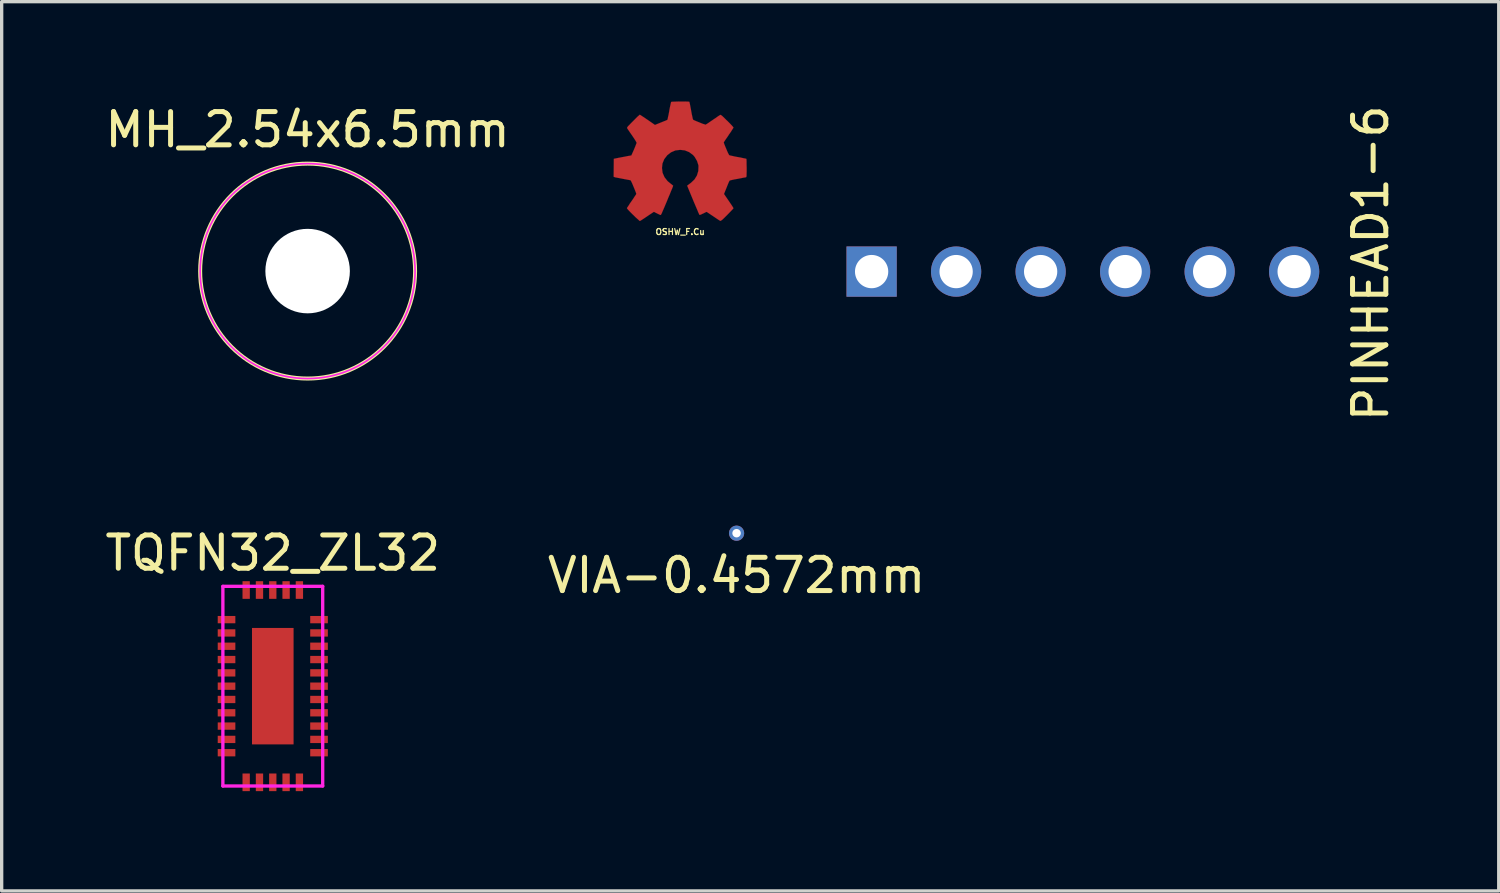
<source format=kicad_pcb>
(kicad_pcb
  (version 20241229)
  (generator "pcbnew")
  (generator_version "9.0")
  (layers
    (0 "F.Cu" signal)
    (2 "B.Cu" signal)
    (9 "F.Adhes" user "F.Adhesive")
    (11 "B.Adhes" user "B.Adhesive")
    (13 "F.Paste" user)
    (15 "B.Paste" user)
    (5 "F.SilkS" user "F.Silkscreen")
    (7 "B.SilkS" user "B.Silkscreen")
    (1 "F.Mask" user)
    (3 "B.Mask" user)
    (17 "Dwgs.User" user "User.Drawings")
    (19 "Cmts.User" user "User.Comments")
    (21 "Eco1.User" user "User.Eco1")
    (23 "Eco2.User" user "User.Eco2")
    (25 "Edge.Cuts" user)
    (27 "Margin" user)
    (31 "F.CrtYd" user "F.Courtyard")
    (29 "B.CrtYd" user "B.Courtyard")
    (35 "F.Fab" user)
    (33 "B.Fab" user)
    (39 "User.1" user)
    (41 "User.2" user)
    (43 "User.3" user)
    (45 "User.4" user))
  (footprint "OSHW_F.Cu"
    (layer "F.Cu")
    (at 17.393 1.797)
    (property "Reference" "OSHW_F.Cu" (at 0 2.121 0) (layer "F.SilkS") (effects (font (size 0.18 0.18) (thickness 0.036))))
    (attr through_hole)
    (fp_poly (pts (xy -1.212 1.796) (xy -1.191 1.786) (xy -1.143 1.755) (xy -1.077 1.712) (xy -0.998 1.659) (xy -0.919 1.605) (xy -0.853 1.562) (xy -0.808 1.532) (xy -0.79 1.521) (xy -0.78 1.524) (xy -0.742 1.544) (xy -0.686 1.572) (xy -0.655 1.587) (xy -0.605 1.61) (xy -0.579 1.615) (xy -0.577 1.608) (xy -0.556 1.57) (xy -0.528 1.504) (xy -0.49 1.417) (xy -0.447 1.316) (xy -0.401 1.206) (xy -0.356 1.095) (xy -0.31 0.988) (xy -0.272 0.892) (xy -0.239 0.815) (xy -0.218 0.759) (xy -0.211 0.737) (xy -0.213 0.732) (xy -0.239 0.709) (xy -0.282 0.676) (xy -0.378 0.597) (xy -0.47 0.48) (xy -0.528 0.348) (xy -0.546 0.201) (xy -0.531 0.066) (xy -0.478 -0.064) (xy -0.386 -0.183) (xy -0.274 -0.269) (xy -0.145 -0.325) (xy 0 -0.343) (xy 0.14 -0.328) (xy 0.272 -0.274) (xy 0.391 -0.185) (xy 0.439 -0.127) (xy 0.508 -0.008) (xy 0.549 0.119) (xy 0.551 0.15) (xy 0.546 0.292) (xy 0.505 0.427) (xy 0.432 0.546) (xy 0.328 0.645) (xy 0.315 0.655) (xy 0.267 0.691) (xy 0.236 0.714) (xy 0.211 0.734) (xy 0.389 1.166) (xy 0.417 1.234) (xy 0.467 1.351) (xy 0.511 1.453) (xy 0.544 1.534) (xy 0.569 1.587) (xy 0.579 1.61) (xy 0.594 1.613) (xy 0.627 1.6) (xy 0.688 1.572) (xy 0.729 1.552) (xy 0.775 1.529) (xy 0.795 1.521) (xy 0.813 1.532) (xy 0.856 1.56) (xy 0.919 1.603) (xy 0.996 1.654) (xy 1.069 1.704) (xy 1.138 1.75) (xy 1.186 1.781) (xy 1.212 1.793) (xy 1.214 1.793) (xy 1.234 1.781) (xy 1.275 1.75) (xy 1.333 1.694) (xy 1.415 1.613) (xy 1.427 1.6) (xy 1.496 1.529) (xy 1.552 1.471) (xy 1.59 1.43) (xy 1.603 1.412) (xy 1.59 1.387) (xy 1.56 1.339) (xy 1.514 1.27) (xy 1.46 1.191) (xy 1.318 0.983) (xy 1.397 0.787) (xy 1.42 0.729) (xy 1.45 0.655) (xy 1.473 0.605) (xy 1.486 0.582) (xy 1.506 0.574) (xy 1.56 0.561) (xy 1.638 0.544) (xy 1.73 0.528) (xy 1.819 0.511) (xy 1.897 0.495) (xy 1.956 0.485) (xy 1.981 0.48) (xy 1.986 0.475) (xy 1.991 0.462) (xy 1.996 0.437) (xy 1.996 0.389) (xy 1.999 0.312) (xy 1.999 0.201) (xy 1.999 0.191) (xy 1.996 0.084) (xy 1.996 0) (xy 1.994 -0.053) (xy 1.989 -0.074) (xy 1.963 -0.081) (xy 1.908 -0.091) (xy 1.829 -0.109) (xy 1.732 -0.127) (xy 1.727 -0.127) (xy 1.633 -0.145) (xy 1.554 -0.163) (xy 1.499 -0.175) (xy 1.476 -0.183) (xy 1.471 -0.188) (xy 1.45 -0.226) (xy 1.422 -0.284) (xy 1.392 -0.356) (xy 1.361 -0.429) (xy 1.333 -0.498) (xy 1.316 -0.546) (xy 1.311 -0.569) (xy 1.326 -0.592) (xy 1.359 -0.643) (xy 1.405 -0.709) (xy 1.46 -0.79) (xy 1.463 -0.798) (xy 1.519 -0.876) (xy 1.562 -0.945) (xy 1.593 -0.993) (xy 1.603 -1.013) (xy 1.603 -1.016) (xy 1.585 -1.039) (xy 1.544 -1.085) (xy 1.486 -1.146) (xy 1.415 -1.217) (xy 1.392 -1.237) (xy 1.316 -1.313) (xy 1.262 -1.364) (xy 1.227 -1.389) (xy 1.212 -1.397) (xy 1.212 -1.394) (xy 1.186 -1.382) (xy 1.135 -1.349) (xy 1.067 -1.3) (xy 0.986 -1.247) (xy 0.98 -1.242) (xy 0.902 -1.189) (xy 0.836 -1.143) (xy 0.787 -1.113) (xy 0.767 -1.1) (xy 0.762 -1.1) (xy 0.732 -1.11) (xy 0.673 -1.128) (xy 0.605 -1.156) (xy 0.531 -1.186) (xy 0.462 -1.214) (xy 0.411 -1.237) (xy 0.389 -1.25) (xy 0.389 -1.252) (xy 0.378 -1.28) (xy 0.366 -1.341) (xy 0.348 -1.422) (xy 0.33 -1.521) (xy 0.328 -1.537) (xy 0.31 -1.631) (xy 0.295 -1.709) (xy 0.282 -1.765) (xy 0.277 -1.788) (xy 0.264 -1.791) (xy 0.216 -1.793) (xy 0.145 -1.796) (xy 0.058 -1.796) (xy -0.03 -1.796) (xy -0.117 -1.793) (xy -0.193 -1.791) (xy -0.246 -1.788) (xy -0.269 -1.783) (xy -0.272 -1.781) (xy -0.279 -1.753) (xy -0.292 -1.692) (xy -0.31 -1.61) (xy -0.328 -1.511) (xy -0.33 -1.494) (xy -0.348 -1.4) (xy -0.366 -1.321) (xy -0.376 -1.267) (xy -0.384 -1.247) (xy -0.391 -1.242) (xy -0.429 -1.224) (xy -0.493 -1.199) (xy -0.574 -1.166) (xy -0.757 -1.092) (xy -0.98 -1.247) (xy -1.001 -1.26) (xy -1.082 -1.316) (xy -1.148 -1.359) (xy -1.194 -1.389) (xy -1.214 -1.4) (xy -1.237 -1.379) (xy -1.283 -1.339) (xy -1.344 -1.278) (xy -1.412 -1.209) (xy -1.466 -1.156) (xy -1.527 -1.092) (xy -1.567 -1.052) (xy -1.587 -1.024) (xy -1.595 -1.006) (xy -1.593 -0.996) (xy -1.58 -0.973) (xy -1.547 -0.925) (xy -1.501 -0.856) (xy -1.445 -0.777) (xy -1.4 -0.709) (xy -1.351 -0.635) (xy -1.321 -0.582) (xy -1.308 -0.554) (xy -1.311 -0.544) (xy -1.328 -0.5) (xy -1.354 -0.432) (xy -1.387 -0.353) (xy -1.466 -0.175) (xy -1.582 -0.155) (xy -1.654 -0.14) (xy -1.753 -0.122) (xy -1.847 -0.104) (xy -1.994 -0.074) (xy -1.999 0.465) (xy -1.976 0.475) (xy -1.953 0.483) (xy -1.9 0.493) (xy -1.821 0.508) (xy -1.73 0.526) (xy -1.651 0.541) (xy -1.572 0.556) (xy -1.516 0.566) (xy -1.491 0.572) (xy -1.483 0.582) (xy -1.463 0.62) (xy -1.435 0.681) (xy -1.405 0.754) (xy -1.374 0.828) (xy -1.346 0.899) (xy -1.326 0.953) (xy -1.318 0.98) (xy -1.328 1.001) (xy -1.359 1.046) (xy -1.402 1.113) (xy -1.455 1.191) (xy -1.511 1.27) (xy -1.554 1.339) (xy -1.587 1.387) (xy -1.6 1.407) (xy -1.593 1.422) (xy -1.562 1.46) (xy -1.504 1.521) (xy -1.415 1.61) (xy -1.4 1.623) (xy -1.331 1.692) (xy -1.27 1.745) (xy -1.229 1.783) (xy -1.212 1.796)) (stroke (width 0.003) (type solid)) (fill yes) (layer "F.Cu")))
  (footprint "VIA-0.4572mm"
    (layer "F.Cu")
    (at 19.089 12.976)
    (property "Reference" "VIA-0.4572mm" (at 0 1.27 0) (layer "F.SilkS") (effects (font (size 1 1) (thickness 0.15))))
    (attr through_hole)
    (pad "" thru_hole circle (at 0 0) (size 0.457 0.457) (drill 0.254) (layers "*.Cu")))
  (footprint "MH_2.54x6.5mm"
    (layer "F.Cu")
    (at 6.196 5.098)
    (property "Reference" "MH_2.54x6.5mm" (at 0 -4.25 0) (layer "F.SilkS") (effects (font (size 1 1) (thickness 0.15))))
    (attr through_hole)
    (fp_circle (center 0 0) (end 0 3.23) (stroke (width 0.12) (type solid)) (fill no) (layer "F.SilkS"))
    (fp_circle (center 0 0) (end 3.23 0) (stroke (width 0.05) (type solid)) (fill no) (layer "F.CrtYd"))
    (pad "" np_thru_hole circle (at 0 0) (size 2.54 2.54) (drill 2.54) (layers "*.Cu" "*.Mask")))
  (footprint "PINHEAD1-6"
    (layer "F.Cu")
    (at 23.148 5.113)
    (property "Reference" "PINHEAD1-6" (at 15 -0.25 90) (layer "F.SilkS") (effects (font (size 1 1) (thickness 0.15))))
    (attr through_hole)
    (pad "1" thru_hole rect (at 0 0) (size 1.51 1.51) (drill 1) (layers "*.Cu" "*.Mask"))
    (pad "2" thru_hole circle (at 2.54 0) (size 1.51 1.51) (drill 1) (layers "*.Cu" "*.Mask"))
    (pad "3" thru_hole circle (at 5.08 0) (size 1.51 1.51) (drill 1) (layers "*.Cu" "*.Mask"))
    (pad "4" thru_hole circle (at 7.62 0) (size 1.51 1.51) (drill 1) (layers "*.Cu" "*.Mask"))
    (pad "5" thru_hole circle (at 10.16 0) (size 1.51 1.51) (drill 1) (layers "*.Cu" "*.Mask"))
    (pad "6" thru_hole circle (at 12.7 0) (size 1.51 1.51) (drill 1) (layers "*.Cu" "*.Mask")))
  (footprint "TQFN32_ZL32"
    (layer "F.Cu")
    (at 5.149 17.574)
    (property "Reference" "TQFN32_ZL32" (at 0 -4 0) (layer "F.SilkS") (effects (font (size 1 1) (thickness 0.15))))
    (attr through_hole)
    (fp_line (start -1.5 -3) (end 1.5 -3) (stroke (width 0.1) (type solid)) (layer "F.CrtYd"))
    (fp_line (start -1.5 3) (end -1.5 -3) (stroke (width 0.1) (type solid)) (layer "F.CrtYd"))
    (fp_line (start 1.5 -3) (end 1.5 3) (stroke (width 0.1) (type solid)) (layer "F.CrtYd"))
    (fp_line (start 1.5 3) (end -1.5 3) (stroke (width 0.1) (type solid)) (layer "F.CrtYd"))
    (pad "1" smd rect (at -1.39 -2 90) (size 0.22 0.53) (layers "F.Cu" "F.Mask" "F.Paste"))
    (pad "2" smd rect (at -1.39 -1.6 90) (size 0.22 0.53) (layers "F.Cu" "F.Mask" "F.Paste"))
    (pad "3" smd rect (at -1.39 -1.2 90) (size 0.22 0.53) (layers "F.Cu" "F.Mask" "F.Paste"))
    (pad "4" smd rect (at -1.39 -0.8 90) (size 0.22 0.53) (layers "F.Cu" "F.Mask" "F.Paste"))
    (pad "5" smd rect (at -1.39 -0.4 90) (size 0.22 0.53) (layers "F.Cu" "F.Mask" "F.Paste"))
    (pad "6" smd rect (at -1.39 0 90) (size 0.22 0.53) (layers "F.Cu" "F.Mask" "F.Paste"))
    (pad "7" smd rect (at -1.39 0.4 90) (size 0.22 0.53) (layers "F.Cu" "F.Mask" "F.Paste"))
    (pad "8" smd rect (at -1.39 0.8 90) (size 0.22 0.53) (layers "F.Cu" "F.Mask" "F.Paste"))
    (pad "9" smd rect (at -1.39 1.2 90) (size 0.22 0.53) (layers "F.Cu" "F.Mask" "F.Paste"))
    (pad "10" smd rect (at -1.39 1.6 90) (size 0.22 0.53) (layers "F.Cu" "F.Mask" "F.Paste"))
    (pad "11" smd rect (at -1.39 2 90) (size 0.22 0.53) (layers "F.Cu" "F.Mask" "F.Paste"))
    (pad "12" smd rect (at -0.8 2.89) (size 0.22 0.53) (layers "F.Cu" "F.Mask" "F.Paste"))
    (pad "13" smd rect (at -0.4 2.89) (size 0.22 0.53) (layers "F.Cu" "F.Mask" "F.Paste"))
    (pad "14" smd rect (at 0 2.89) (size 0.22 0.53) (layers "F.Cu" "F.Mask" "F.Paste"))
    (pad "15" smd rect (at 0.4 2.89) (size 0.22 0.53) (layers "F.Cu" "F.Mask" "F.Paste"))
    (pad "16" smd rect (at 0.8 2.89) (size 0.22 0.53) (layers "F.Cu" "F.Mask" "F.Paste"))
    (pad "17" smd rect (at 1.39 2 90) (size 0.22 0.53) (layers "F.Cu" "F.Mask" "F.Paste"))
    (pad "18" smd rect (at 1.39 1.6 90) (size 0.22 0.53) (layers "F.Cu" "F.Mask" "F.Paste"))
    (pad "19" smd rect (at 1.39 1.2 90) (size 0.22 0.53) (layers "F.Cu" "F.Mask" "F.Paste"))
    (pad "20" smd rect (at 1.39 0.8 90) (size 0.22 0.53) (layers "F.Cu" "F.Mask" "F.Paste"))
    (pad "21" smd rect (at 1.39 0.4 90) (size 0.22 0.53) (layers "F.Cu" "F.Mask" "F.Paste"))
    (pad "22" smd rect (at 1.39 0 90) (size 0.22 0.53) (layers "F.Cu" "F.Mask" "F.Paste"))
    (pad "23" smd rect (at 1.39 -0.4 90) (size 0.22 0.53) (layers "F.Cu" "F.Mask" "F.Paste"))
    (pad "24" smd rect (at 1.39 -0.8 90) (size 0.22 0.53) (layers "F.Cu" "F.Mask" "F.Paste"))
    (pad "25" smd rect (at 1.39 -1.2 90) (size 0.22 0.53) (layers "F.Cu" "F.Mask" "F.Paste"))
    (pad "26" smd rect (at 1.39 -1.6 90) (size 0.22 0.53) (layers "F.Cu" "F.Mask" "F.Paste"))
    (pad "27" smd rect (at 1.39 -2 90) (size 0.22 0.53) (layers "F.Cu" "F.Mask" "F.Paste"))
    (pad "28" smd rect (at 0.8 -2.89) (size 0.22 0.53) (layers "F.Cu" "F.Mask" "F.Paste"))
    (pad "29" smd rect (at 0.4 -2.89) (size 0.22 0.53) (layers "F.Cu" "F.Mask" "F.Paste"))
    (pad "30" smd rect (at 0 -2.89) (size 0.22 0.53) (layers "F.Cu" "F.Mask" "F.Paste"))
    (pad "31" smd rect (at -0.4 -2.89) (size 0.22 0.53) (layers "F.Cu" "F.Mask" "F.Paste"))
    (pad "32" smd rect (at -0.8 -2.89) (size 0.22 0.53) (layers "F.Cu" "F.Mask" "F.Paste"))
    (pad "32" smd rect (at 0 0) (size 1.25 3.5) (layers "F.Cu" "F.Mask" "F.Paste")))
  (gr_rect
    (start -3 -3)
    (end 41.997 23.729)
    (stroke (width 0.1) (type default))
    (fill no)
    (layer "Edge.Cuts")))
</source>
